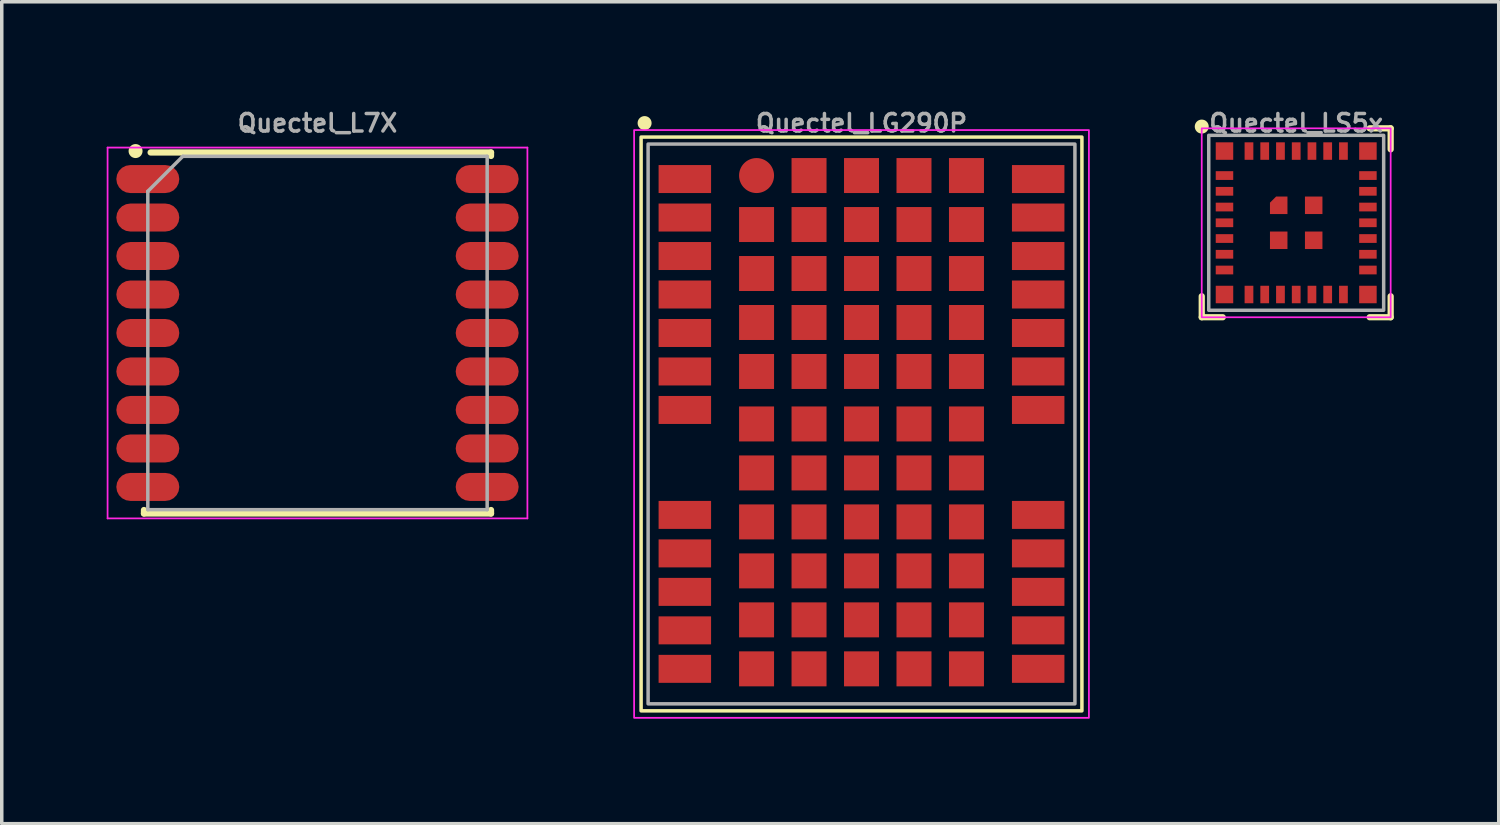
<source format=kicad_pcb>
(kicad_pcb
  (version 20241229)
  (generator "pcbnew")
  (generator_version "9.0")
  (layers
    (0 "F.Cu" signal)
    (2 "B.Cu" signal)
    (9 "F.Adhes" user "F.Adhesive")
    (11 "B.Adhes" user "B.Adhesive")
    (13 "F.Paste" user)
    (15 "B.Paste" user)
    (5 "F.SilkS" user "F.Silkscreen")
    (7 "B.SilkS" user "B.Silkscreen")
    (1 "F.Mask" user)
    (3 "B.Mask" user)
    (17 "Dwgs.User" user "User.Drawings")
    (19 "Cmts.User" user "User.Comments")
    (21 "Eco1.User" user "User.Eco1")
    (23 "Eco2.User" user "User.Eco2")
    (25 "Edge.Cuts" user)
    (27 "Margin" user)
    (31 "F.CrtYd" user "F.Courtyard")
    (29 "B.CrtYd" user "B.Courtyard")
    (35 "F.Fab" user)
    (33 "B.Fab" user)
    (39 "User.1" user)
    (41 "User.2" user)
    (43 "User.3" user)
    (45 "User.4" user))
  (footprint "Quectel_L7X"
    (layer "F.Cu")
    (at 6.025 6.468)
    (property "Reference" "Quectel_L7X" (at 0 -6 0) (layer "F.Fab") (effects (font (size 0.5 0.5) (thickness 0.1))))
    (attr smd)
    (fp_line (start -4.96 5.06) (end -4.96 5.16) (stroke (width 0.178) (type solid)) (layer "F.SilkS"))
    (fp_line (start -4.96 5.16) (end 4.96 5.16) (stroke (width 0.178) (type solid)) (layer "F.SilkS"))
    (fp_line (start -4.77 -5.16) (end 4.96 -5.16) (stroke (width 0.178) (type solid)) (layer "F.SilkS"))
    (fp_line (start 4.96 -5.16) (end 4.96 -5.06) (stroke (width 0.178) (type solid)) (layer "F.SilkS"))
    (fp_line (start 4.96 5.06) (end 4.96 5.16) (stroke (width 0.178) (type solid)) (layer "F.SilkS"))
    (fp_circle (center -5.2 -5.2) (end -5.3 -5.2) (stroke (width 0.2) (type solid)) (fill yes) (layer "F.SilkS"))
    (fp_line (start -6 -5.3) (end -6 5.3) (stroke (width 0.05) (type solid)) (layer "F.CrtYd"))
    (fp_line (start -6 -5.3) (end 6 -5.3) (stroke (width 0.05) (type solid)) (layer "F.CrtYd"))
    (fp_line (start -6 5.3) (end 6 5.3) (stroke (width 0.05) (type solid)) (layer "F.CrtYd"))
    (fp_line (start 6 -5.3) (end 6 5.3) (stroke (width 0.05) (type solid)) (layer "F.CrtYd"))
    (fp_line (start -4.85 -4.05) (end -4.85 5.05) (stroke (width 0.1) (type solid)) (layer "F.Fab"))
    (fp_line (start -4.85 5.05) (end 4.85 5.05) (stroke (width 0.1) (type solid)) (layer "F.Fab"))
    (fp_line (start -3.85 -5.05) (end -4.85 -4.05) (stroke (width 0.1) (type solid)) (layer "F.Fab"))
    (fp_line (start -3.85 -5.05) (end 4.85 -5.05) (stroke (width 0.1) (type solid)) (layer "F.Fab"))
    (fp_line (start 4.85 -5.05) (end 4.85 5.05) (stroke (width 0.1) (type solid)) (layer "F.Fab"))
    (pad "1" smd roundrect (at -4.85 -4.4) (size 1.8 0.8) (layers "F.Cu" "F.Mask" "F.Paste") (roundrect_rratio 0.5))
    (pad "2" smd roundrect (at -4.85 -3.3) (size 1.8 0.8) (layers "F.Cu" "F.Mask" "F.Paste") (roundrect_rratio 0.5))
    (pad "3" smd roundrect (at -4.85 -2.2) (size 1.8 0.8) (layers "F.Cu" "F.Mask" "F.Paste") (roundrect_rratio 0.5))
    (pad "4" smd roundrect (at -4.85 -1.1) (size 1.8 0.8) (layers "F.Cu" "F.Mask" "F.Paste") (roundrect_rratio 0.5))
    (pad "5" smd roundrect (at -4.85 0) (size 1.8 0.8) (layers "F.Cu" "F.Mask" "F.Paste") (roundrect_rratio 0.5))
    (pad "6" smd roundrect (at -4.85 1.1) (size 1.8 0.8) (layers "F.Cu" "F.Mask" "F.Paste") (roundrect_rratio 0.5))
    (pad "7" smd roundrect (at -4.85 2.2) (size 1.8 0.8) (layers "F.Cu" "F.Mask" "F.Paste") (roundrect_rratio 0.5))
    (pad "8" smd roundrect (at -4.85 3.3) (size 1.8 0.8) (layers "F.Cu" "F.Mask" "F.Paste") (roundrect_rratio 0.5))
    (pad "9" smd roundrect (at -4.85 4.4) (size 1.8 0.8) (layers "F.Cu" "F.Mask" "F.Paste") (roundrect_rratio 0.5))
    (pad "10" smd roundrect (at 4.85 4.4) (size 1.8 0.8) (layers "F.Cu" "F.Mask" "F.Paste") (roundrect_rratio 0.5))
    (pad "11" smd roundrect (at 4.85 3.3) (size 1.8 0.8) (layers "F.Cu" "F.Mask" "F.Paste") (roundrect_rratio 0.5))
    (pad "12" smd roundrect (at 4.85 2.2) (size 1.8 0.8) (layers "F.Cu" "F.Mask" "F.Paste") (roundrect_rratio 0.5))
    (pad "13" smd roundrect (at 4.85 1.1) (size 1.8 0.8) (layers "F.Cu" "F.Mask" "F.Paste") (roundrect_rratio 0.5))
    (pad "14" smd roundrect (at 4.85 0) (size 1.8 0.8) (layers "F.Cu" "F.Mask" "F.Paste") (roundrect_rratio 0.5))
    (pad "15" smd roundrect (at 4.85 -1.1) (size 1.8 0.8) (layers "F.Cu" "F.Mask" "F.Paste") (roundrect_rratio 0.5))
    (pad "16" smd roundrect (at 4.85 -2.2) (size 1.8 0.8) (layers "F.Cu" "F.Mask" "F.Paste") (roundrect_rratio 0.5))
    (pad "17" smd roundrect (at 4.85 -3.3) (size 1.8 0.8) (layers "F.Cu" "F.Mask" "F.Paste") (roundrect_rratio 0.5))
    (pad "18" smd roundrect (at 4.85 -4.4) (size 1.8 0.8) (layers "F.Cu" "F.Mask" "F.Paste") (roundrect_rratio 0.5)))
  (footprint "Quectel_LG290P"
    (layer "F.Cu")
    (at 21.575 9.068)
    (property "Reference" "Quectel_LG290P" (at 0 -8.6 0) (layer "F.Fab") (effects (font (size 0.5 0.5) (thickness 0.1))))
    (attr smd)
    (fp_rect (start -6.3 -8.2) (end 6.3 8.2) (stroke (width 0.1) (type default)) (fill no) (layer "F.SilkS"))
    (fp_circle (center -6.2 -8.6) (end -6.3 -8.6) (stroke (width 0.2) (type solid)) (fill yes) (layer "F.SilkS"))
    (fp_rect (start -6.5 -8.4) (end 6.5 8.4) (stroke (width 0.05) (type default)) (fill no) (layer "F.CrtYd"))
    (fp_rect (start -6.1 -8) (end 6.1 8) (stroke (width 0.1) (type default)) (fill no) (layer "F.Fab"))
    (pad "1" smd rect (at -5.05 -7) (size 1.5 0.8) (layers "F.Cu" "F.Mask" "F.Paste"))
    (pad "2" smd rect (at -5.05 -5.9) (size 1.5 0.8) (layers "F.Cu" "F.Mask" "F.Paste"))
    (pad "3" smd rect (at -5.05 -4.8) (size 1.5 0.8) (layers "F.Cu" "F.Mask" "F.Paste"))
    (pad "4" smd rect (at -5.05 -3.7) (size 1.5 0.8) (layers "F.Cu" "F.Mask" "F.Paste"))
    (pad "5" smd rect (at -5.05 -2.6) (size 1.5 0.8) (layers "F.Cu" "F.Mask" "F.Paste"))
    (pad "6" smd rect (at -5.05 -1.5) (size 1.5 0.8) (layers "F.Cu" "F.Mask" "F.Paste"))
    (pad "7" smd rect (at -5.05 -0.4) (size 1.5 0.8) (layers "F.Cu" "F.Mask" "F.Paste"))
    (pad "8" smd rect (at -5.05 2.6) (size 1.5 0.8) (layers "F.Cu" "F.Mask" "F.Paste"))
    (pad "9" smd rect (at -5.05 3.7) (size 1.5 0.8) (layers "F.Cu" "F.Mask" "F.Paste"))
    (pad "10" smd rect (at -5.05 4.8) (size 1.5 0.8) (layers "F.Cu" "F.Mask" "F.Paste"))
    (pad "11" smd rect (at -5.05 5.9) (size 1.5 0.8) (layers "F.Cu" "F.Mask" "F.Paste"))
    (pad "12" smd rect (at -5.05 7) (size 1.5 0.8) (layers "F.Cu" "F.Mask" "F.Paste"))
    (pad "13" smd rect (at 5.05 7) (size 1.5 0.8) (layers "F.Cu" "F.Mask" "F.Paste"))
    (pad "14" smd rect (at 5.05 5.9) (size 1.5 0.8) (layers "F.Cu" "F.Mask" "F.Paste"))
    (pad "15" smd rect (at 5.05 4.8) (size 1.5 0.8) (layers "F.Cu" "F.Mask" "F.Paste"))
    (pad "16" smd rect (at 5.05 3.7) (size 1.5 0.8) (layers "F.Cu" "F.Mask" "F.Paste"))
    (pad "17" smd rect (at 5.05 2.6) (size 1.5 0.8) (layers "F.Cu" "F.Mask" "F.Paste"))
    (pad "18" smd rect (at 5.05 -0.4) (size 1.5 0.8) (layers "F.Cu" "F.Mask" "F.Paste"))
    (pad "19" smd rect (at 5.05 -1.5) (size 1.5 0.8) (layers "F.Cu" "F.Mask" "F.Paste"))
    (pad "20" smd rect (at 5.05 -2.6) (size 1.5 0.8) (layers "F.Cu" "F.Mask" "F.Paste"))
    (pad "21" smd rect (at 5.05 -3.7) (size 1.5 0.8) (layers "F.Cu" "F.Mask" "F.Paste"))
    (pad "22" smd rect (at 5.05 -4.8) (size 1.5 0.8) (layers "F.Cu" "F.Mask" "F.Paste"))
    (pad "23" smd rect (at 5.05 -5.9) (size 1.5 0.8) (layers "F.Cu" "F.Mask" "F.Paste"))
    (pad "24" smd rect (at 5.05 -7) (size 1.5 0.8) (layers "F.Cu" "F.Mask" "F.Paste"))
    (pad "25" smd circle (at -3 -7.1) (size 1 1) (layers "F.Cu" "F.Mask" "F.Paste"))
    (pad "25" smd rect (at -3 -5.7 180) (size 1 1) (layers "F.Cu" "F.Mask" "F.Paste"))
    (pad "25" smd rect (at -3 -4.3 180) (size 1 1) (layers "F.Cu" "F.Mask" "F.Paste"))
    (pad "25" smd rect (at -3 -2.9 180) (size 1 1) (layers "F.Cu" "F.Mask" "F.Paste"))
    (pad "25" smd rect (at -3 -1.5 180) (size 1 1) (layers "F.Cu" "F.Mask" "F.Paste"))
    (pad "25" smd rect (at -3 0) (size 1 1) (layers "F.Cu" "F.Mask" "F.Paste"))
    (pad "25" smd rect (at -3 1.4) (size 1 1) (layers "F.Cu" "F.Mask" "F.Paste"))
    (pad "25" smd rect (at -3 2.8) (size 1 1) (layers "F.Cu" "F.Mask" "F.Paste"))
    (pad "25" smd rect (at -3 4.2) (size 1 1) (layers "F.Cu" "F.Mask" "F.Paste"))
    (pad "25" smd rect (at -3 5.6) (size 1 1) (layers "F.Cu" "F.Mask" "F.Paste"))
    (pad "25" smd rect (at -3 7) (size 1 1) (layers "F.Cu" "F.Mask" "F.Paste"))
    (pad "25" smd rect (at -1.5 -7.1 180) (size 1 1) (layers "F.Cu" "F.Mask" "F.Paste"))
    (pad "25" smd rect (at -1.5 -5.7 180) (size 1 1) (layers "F.Cu" "F.Mask" "F.Paste"))
    (pad "25" smd rect (at -1.5 -4.3 180) (size 1 1) (layers "F.Cu" "F.Mask" "F.Paste"))
    (pad "25" smd rect (at -1.5 -2.9 180) (size 1 1) (layers "F.Cu" "F.Mask" "F.Paste"))
    (pad "25" smd rect (at -1.5 -1.5 180) (size 1 1) (layers "F.Cu" "F.Mask" "F.Paste"))
    (pad "25" smd rect (at -1.5 0) (size 1 1) (layers "F.Cu" "F.Mask" "F.Paste"))
    (pad "25" smd rect (at -1.5 1.4) (size 1 1) (layers "F.Cu" "F.Mask" "F.Paste"))
    (pad "25" smd rect (at -1.5 2.8) (size 1 1) (layers "F.Cu" "F.Mask" "F.Paste"))
    (pad "25" smd rect (at -1.5 4.2) (size 1 1) (layers "F.Cu" "F.Mask" "F.Paste"))
    (pad "25" smd rect (at -1.5 5.6) (size 1 1) (layers "F.Cu" "F.Mask" "F.Paste"))
    (pad "25" smd rect (at -1.5 7) (size 1 1) (layers "F.Cu" "F.Mask" "F.Paste"))
    (pad "25" smd rect (at 0 -7.1 180) (size 1 1) (layers "F.Cu" "F.Mask" "F.Paste"))
    (pad "25" smd rect (at 0 -5.7 180) (size 1 1) (layers "F.Cu" "F.Mask" "F.Paste"))
    (pad "25" smd rect (at 0 -4.3 180) (size 1 1) (layers "F.Cu" "F.Mask" "F.Paste"))
    (pad "25" smd rect (at 0 -2.9 180) (size 1 1) (layers "F.Cu" "F.Mask" "F.Paste"))
    (pad "25" smd rect (at 0 -1.5 180) (size 1 1) (layers "F.Cu" "F.Mask" "F.Paste"))
    (pad "25" smd rect (at 0 0) (size 1 1) (layers "F.Cu" "F.Mask" "F.Paste"))
    (pad "25" smd rect (at 0 1.4) (size 1 1) (layers "F.Cu" "F.Mask" "F.Paste"))
    (pad "25" smd rect (at 0 2.8) (size 1 1) (layers "F.Cu" "F.Mask" "F.Paste"))
    (pad "25" smd rect (at 0 4.2) (size 1 1) (layers "F.Cu" "F.Mask" "F.Paste"))
    (pad "25" smd rect (at 0 5.6) (size 1 1) (layers "F.Cu" "F.Mask" "F.Paste"))
    (pad "25" smd rect (at 0 7) (size 1 1) (layers "F.Cu" "F.Mask" "F.Paste"))
    (pad "25" smd rect (at 1.5 -7.1 180) (size 1 1) (layers "F.Cu" "F.Mask" "F.Paste"))
    (pad "25" smd rect (at 1.5 -5.7 180) (size 1 1) (layers "F.Cu" "F.Mask" "F.Paste"))
    (pad "25" smd rect (at 1.5 -4.3 180) (size 1 1) (layers "F.Cu" "F.Mask" "F.Paste"))
    (pad "25" smd rect (at 1.5 -2.9 180) (size 1 1) (layers "F.Cu" "F.Mask" "F.Paste"))
    (pad "25" smd rect (at 1.5 -1.5 180) (size 1 1) (layers "F.Cu" "F.Mask" "F.Paste"))
    (pad "25" smd rect (at 1.5 0) (size 1 1) (layers "F.Cu" "F.Mask" "F.Paste"))
    (pad "25" smd rect (at 1.5 1.4) (size 1 1) (layers "F.Cu" "F.Mask" "F.Paste"))
    (pad "25" smd rect (at 1.5 2.8) (size 1 1) (layers "F.Cu" "F.Mask" "F.Paste"))
    (pad "25" smd rect (at 1.5 4.2) (size 1 1) (layers "F.Cu" "F.Mask" "F.Paste"))
    (pad "25" smd rect (at 1.5 5.6) (size 1 1) (layers "F.Cu" "F.Mask" "F.Paste"))
    (pad "25" smd rect (at 1.5 7) (size 1 1) (layers "F.Cu" "F.Mask" "F.Paste"))
    (pad "25" smd rect (at 3 -7.1 180) (size 1 1) (layers "F.Cu" "F.Mask" "F.Paste"))
    (pad "25" smd rect (at 3 -5.7 180) (size 1 1) (layers "F.Cu" "F.Mask" "F.Paste"))
    (pad "25" smd rect (at 3 -4.3 180) (size 1 1) (layers "F.Cu" "F.Mask" "F.Paste"))
    (pad "25" smd rect (at 3 -2.9 180) (size 1 1) (layers "F.Cu" "F.Mask" "F.Paste"))
    (pad "25" smd rect (at 3 -1.5 180) (size 1 1) (layers "F.Cu" "F.Mask" "F.Paste"))
    (pad "25" smd rect (at 3 0) (size 1 1) (layers "F.Cu" "F.Mask" "F.Paste"))
    (pad "25" smd rect (at 3 1.4) (size 1 1) (layers "F.Cu" "F.Mask" "F.Paste"))
    (pad "25" smd rect (at 3 2.8) (size 1 1) (layers "F.Cu" "F.Mask" "F.Paste"))
    (pad "25" smd rect (at 3 4.2) (size 1 1) (layers "F.Cu" "F.Mask" "F.Paste"))
    (pad "25" smd rect (at 3 5.6) (size 1 1) (layers "F.Cu" "F.Mask" "F.Paste"))
    (pad "25" smd rect (at 3 7) (size 1 1) (layers "F.Cu" "F.Mask" "F.Paste")))
  (footprint "Quectel_LS5x"
    (layer "F.Cu")
    (at 34 3.318)
    (property "Reference" "Quectel_LS5x" (at 0 -2.85 0) (layer "F.Fab") (effects (font (size 0.5 0.5) (thickness 0.1))))
    (attr smd)
    (fp_line (start -2.7 2.7) (end -2.7 2.1) (stroke (width 0.178) (type default)) (layer "F.SilkS"))
    (fp_line (start -2.1 2.7) (end -2.7 2.7) (stroke (width 0.178) (type default)) (layer "F.SilkS"))
    (fp_line (start 2.1 -2.7) (end 2.7 -2.7) (stroke (width 0.178) (type default)) (layer "F.SilkS"))
    (fp_line (start 2.7 -2.7) (end 2.7 -2.1) (stroke (width 0.178) (type default)) (layer "F.SilkS"))
    (fp_line (start 2.7 2.1) (end 2.7 2.7) (stroke (width 0.178) (type default)) (layer "F.SilkS"))
    (fp_line (start 2.7 2.7) (end 2.1 2.7) (stroke (width 0.178) (type default)) (layer "F.SilkS"))
    (fp_circle (center -2.7 -2.75) (end -2.8 -2.75) (stroke (width 0.2) (type solid)) (fill yes) (layer "F.SilkS"))
    (fp_rect (start -2.7 -2.7) (end 2.7 2.7) (stroke (width 0.05) (type default)) (fill no) (layer "F.CrtYd"))
    (fp_rect (start -2.5 -2.5) (end 2.5 2.5) (stroke (width 0.1) (type default)) (fill no) (layer "F.Fab"))
    (pad "1" smd rect (at -2.05 -1.35) (size 0.5 0.25) (layers "F.Cu" "F.Mask" "F.Paste"))
    (pad "2" smd rect (at -2.05 -0.9) (size 0.5 0.25) (layers "F.Cu" "F.Mask" "F.Paste"))
    (pad "3" smd rect (at -2.05 -0.45) (size 0.5 0.25) (layers "F.Cu" "F.Mask" "F.Paste"))
    (pad "4" smd rect (at -2.05 0) (size 0.5 0.25) (layers "F.Cu" "F.Mask" "F.Paste"))
    (pad "5" smd rect (at -2.05 0.45) (size 0.5 0.25) (layers "F.Cu" "F.Mask" "F.Paste"))
    (pad "6" smd rect (at -2.05 0.9) (size 0.5 0.25) (layers "F.Cu" "F.Mask" "F.Paste"))
    (pad "7" smd rect (at -2.05 1.35) (size 0.5 0.25) (layers "F.Cu" "F.Mask" "F.Paste"))
    (pad "8" smd rect (at -2.05 2.05) (size 0.5 0.5) (layers "F.Cu" "F.Mask" "F.Paste"))
    (pad "9" smd rect (at -1.35 2.05 90) (size 0.5 0.25) (layers "F.Cu" "F.Mask" "F.Paste"))
    (pad "10" smd rect (at -0.9 2.05 90) (size 0.5 0.25) (layers "F.Cu" "F.Mask" "F.Paste"))
    (pad "11" smd rect (at -0.45 2.05 90) (size 0.5 0.25) (layers "F.Cu" "F.Mask" "F.Paste"))
    (pad "12" smd rect (at 0 2.05 90) (size 0.5 0.25) (layers "F.Cu" "F.Mask" "F.Paste"))
    (pad "13" smd rect (at 0.45 2.05 90) (size 0.5 0.25) (layers "F.Cu" "F.Mask" "F.Paste"))
    (pad "14" smd rect (at 0.9 2.05 90) (size 0.5 0.25) (layers "F.Cu" "F.Mask" "F.Paste"))
    (pad "15" smd rect (at 1.35 2.05 90) (size 0.5 0.25) (layers "F.Cu" "F.Mask" "F.Paste"))
    (pad "16" smd rect (at 2.05 2.05 90) (size 0.5 0.5) (layers "F.Cu" "F.Mask" "F.Paste"))
    (pad "17" smd rect (at 2.05 1.35) (size 0.5 0.25) (layers "F.Cu" "F.Mask" "F.Paste"))
    (pad "18" smd rect (at 2.05 0.9) (size 0.5 0.25) (layers "F.Cu" "F.Mask" "F.Paste"))
    (pad "19" smd rect (at 2.05 0.45) (size 0.5 0.25) (layers "F.Cu" "F.Mask" "F.Paste"))
    (pad "20" smd rect (at 2.05 0) (size 0.5 0.25) (layers "F.Cu" "F.Mask" "F.Paste"))
    (pad "21" smd rect (at 2.05 -0.45) (size 0.5 0.25) (layers "F.Cu" "F.Mask" "F.Paste"))
    (pad "22" smd rect (at 2.05 -0.9) (size 0.5 0.25) (layers "F.Cu" "F.Mask" "F.Paste"))
    (pad "23" smd rect (at 2.05 -1.35) (size 0.5 0.25) (layers "F.Cu" "F.Mask" "F.Paste"))
    (pad "24" smd rect (at 2.05 -2.05) (size 0.5 0.5) (layers "F.Cu" "F.Mask" "F.Paste"))
    (pad "25" smd rect (at 1.35 -2.05 90) (size 0.5 0.25) (layers "F.Cu" "F.Mask" "F.Paste"))
    (pad "26" smd rect (at 0.9 -2.05 90) (size 0.5 0.25) (layers "F.Cu" "F.Mask" "F.Paste"))
    (pad "27" smd rect (at 0.45 -2.05 90) (size 0.5 0.25) (layers "F.Cu" "F.Mask" "F.Paste"))
    (pad "28" smd rect (at 0 -2.05 90) (size 0.5 0.25) (layers "F.Cu" "F.Mask" "F.Paste"))
    (pad "29" smd rect (at -0.45 -2.05 90) (size 0.5 0.25) (layers "F.Cu" "F.Mask" "F.Paste"))
    (pad "30" smd rect (at -0.9 -2.05 90) (size 0.5 0.25) (layers "F.Cu" "F.Mask" "F.Paste"))
    (pad "31" smd rect (at -1.35 -2.05 90) (size 0.5 0.25) (layers "F.Cu" "F.Mask" "F.Paste"))
    (pad "32" smd rect (at -2.05 -2.05) (size 0.5 0.5) (layers "F.Cu" "F.Mask" "F.Paste"))
    (pad "33" smd roundrect (at -0.5 -0.5) (size 0.5 0.5) (layers "F.Cu" "F.Mask" "F.Paste") (roundrect_rratio 0) (chamfer_ratio 0.35) (chamfer top_left))
    (pad "34" smd rect (at 0.5 -0.5) (size 0.5 0.5) (layers "F.Cu" "F.Mask" "F.Paste"))
    (pad "35" smd rect (at -0.5 0.5) (size 0.5 0.5) (layers "F.Cu" "F.Mask" "F.Paste"))
    (pad "36" smd rect (at 0.5 0.5) (size 0.5 0.5) (layers "F.Cu" "F.Mask" "F.Paste")))
  (gr_rect
    (start -3 -3)
    (end 39.789 20.493)
    (stroke (width 0.1) (type default))
    (fill no)
    (layer "Edge.Cuts")))
</source>
